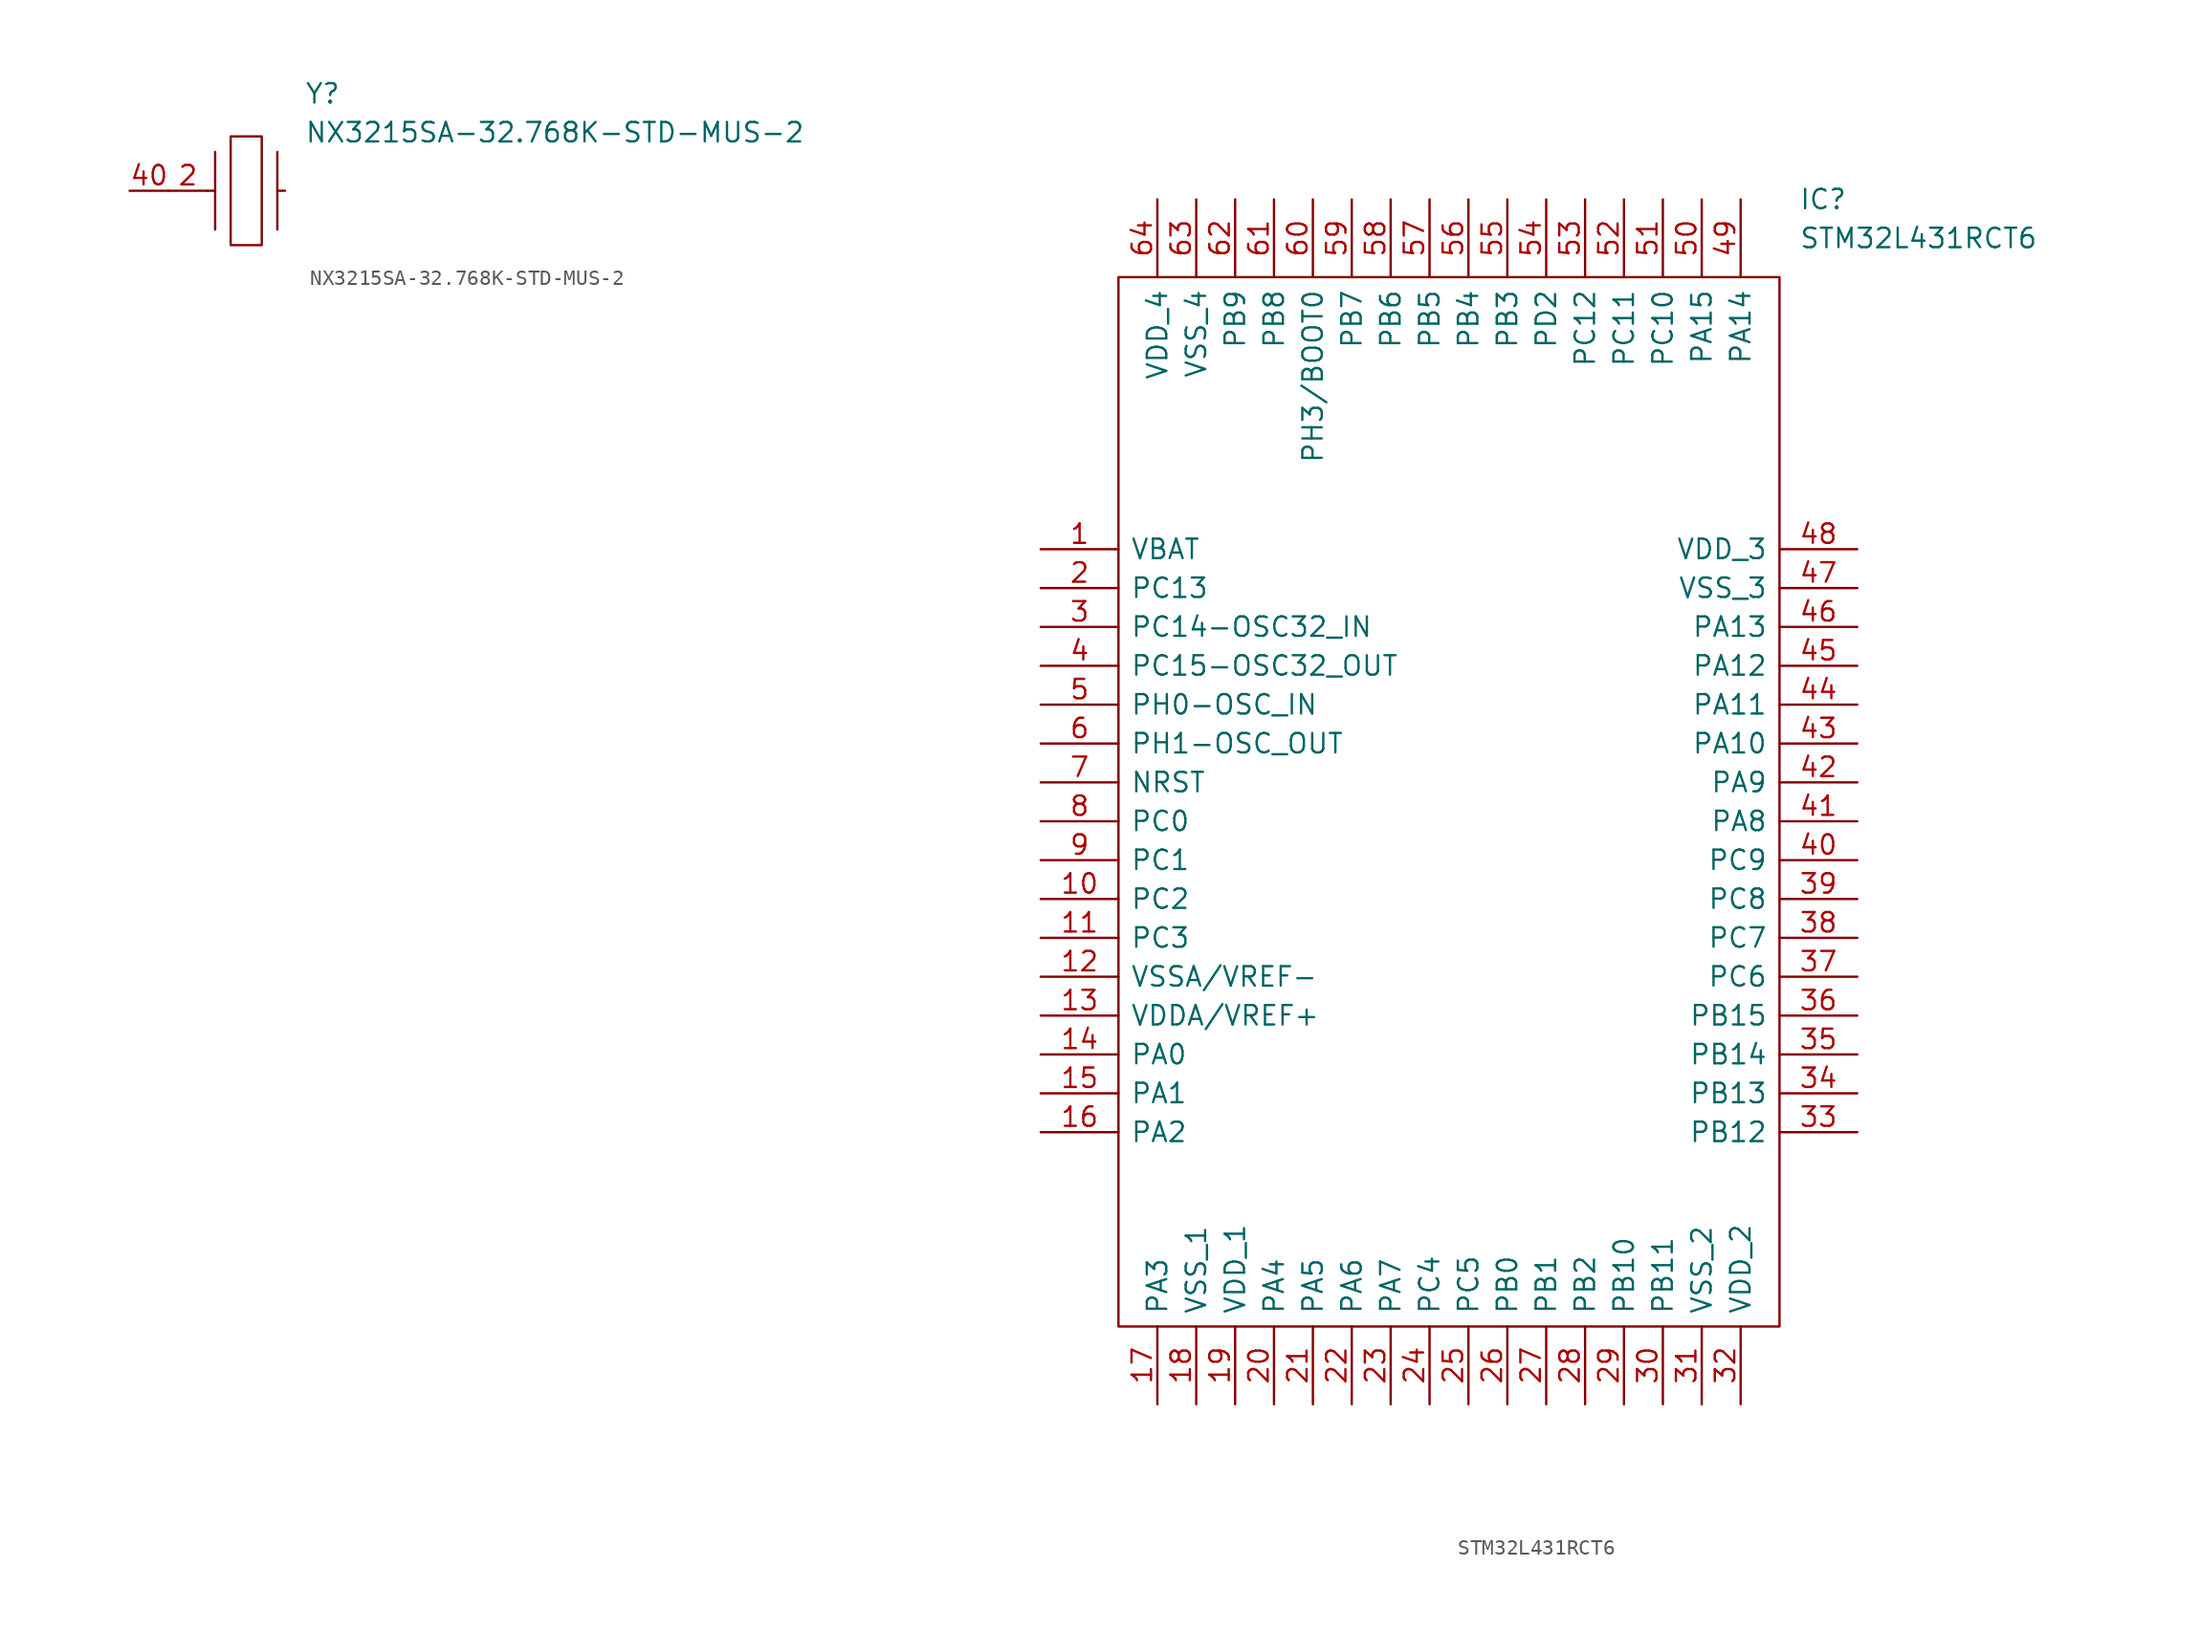
<source format=kicad_sym>
(kicad_symbol_lib
  (version 20211014)
  (generator kicad_symbol_editor)
  (symbol "NX3215SA-32.768K-STD-MUS-2"
    (pin_names
      (offset 0.762))
    (property "Reference" "Y"
      (at 8.89 6.35 0)
      (effects (font (size 1.27 1.27)) (justify left)))
    (property "Value" "NX3215SA-32.768K-STD-MUS-2"
      (at 8.89 3.81 0)
      (effects (font (size 1.27 1.27)) (justify left)))
    (symbol "NX3215SA-32.768K-STD-MUS-2_0_0"
      (pin passive line (at 0 0 0) (length 2.54) (name "~" (effects (font (size 1.27 1.27)))) (number "2" (effects (font (size 1.27 1.27)))))
      (pin passive line (at 0 0 180) (length 2.54) (name "~" (effects (font (size 1.27 1.27)))) (number "40" (effects (font (size 1.27 1.27))))))
    (symbol "NX3215SA-32.768K-STD-MUS-2_0_1"
      (polyline (pts (xy 3.048 0) (xy 2.54 0)) (stroke (width 0.152) (type default) (color 0 0 0 0)) (fill (type none)))
      (polyline (pts (xy 3.048 2.54) (xy 3.048 -2.54)) (stroke (width 0.152) (type default) (color 0 0 0 0)) (fill (type none)))
      (polyline (pts (xy 7.112 0) (xy 7.62 0)) (stroke (width 0.152) (type default) (color 0 0 0 0)) (fill (type none)))
      (polyline (pts (xy 7.112 2.54) (xy 7.112 -2.54)) (stroke (width 0.152) (type default) (color 0 0 0 0)) (fill (type none)))
      (polyline (pts (xy 4.064 3.556) (xy 4.064 -3.556) (xy 6.096 -3.556) (xy 6.096 3.556) (xy 4.064 3.556)) (stroke (width 0.152) (type default) (color 0 0 0 0)) (fill (type none)))))
  (symbol "STM32L431RCT6"
    (pin_names
      (offset 0.762))
    (property "Reference" "IC"
      (at 49.53 22.86 0)
      (effects (font (size 1.27 1.27)) (justify left)))
    (property "Value" "STM32L431RCT6"
      (at 49.53 20.32 0)
      (effects (font (size 1.27 1.27)) (justify left)))
    (symbol "STM32L431RCT6_0_0"
      (pin passive line (at 0 0 0) (length 5.08) (name "VBAT" (effects (font (size 1.27 1.27)))) (number "1" (effects (font (size 1.27 1.27)))))
      (pin passive line (at 0 -22.86 0) (length 5.08) (name "PC2" (effects (font (size 1.27 1.27)))) (number "10" (effects (font (size 1.27 1.27)))))
      (pin passive line (at 0 -25.4 0) (length 5.08) (name "PC3" (effects (font (size 1.27 1.27)))) (number "11" (effects (font (size 1.27 1.27)))))
      (pin passive line (at 0 -27.94 0) (length 5.08) (name "VSSA/VREF-" (effects (font (size 1.27 1.27)))) (number "12" (effects (font (size 1.27 1.27)))))
      (pin passive line (at 0 -30.48 0) (length 5.08) (name "VDDA/VREF+" (effects (font (size 1.27 1.27)))) (number "13" (effects (font (size 1.27 1.27)))))
      (pin passive line (at 0 -33.02 0) (length 5.08) (name "PA0" (effects (font (size 1.27 1.27)))) (number "14" (effects (font (size 1.27 1.27)))))
      (pin passive line (at 0 -35.56 0) (length 5.08) (name "PA1" (effects (font (size 1.27 1.27)))) (number "15" (effects (font (size 1.27 1.27)))))
      (pin passive line (at 0 -38.1 0) (length 5.08) (name "PA2" (effects (font (size 1.27 1.27)))) (number "16" (effects (font (size 1.27 1.27)))))
      (pin passive line (at 7.62 -55.88 90) (length 5.08) (name "PA3" (effects (font (size 1.27 1.27)))) (number "17" (effects (font (size 1.27 1.27)))))
      (pin passive line (at 10.16 -55.88 90) (length 5.08) (name "VSS_1" (effects (font (size 1.27 1.27)))) (number "18" (effects (font (size 1.27 1.27)))))
      (pin passive line (at 12.7 -55.88 90) (length 5.08) (name "VDD_1" (effects (font (size 1.27 1.27)))) (number "19" (effects (font (size 1.27 1.27)))))
      (pin passive line (at 0 -2.54 0) (length 5.08) (name "PC13" (effects (font (size 1.27 1.27)))) (number "2" (effects (font (size 1.27 1.27)))))
      (pin passive line (at 15.24 -55.88 90) (length 5.08) (name "PA4" (effects (font (size 1.27 1.27)))) (number "20" (effects (font (size 1.27 1.27)))))
      (pin passive line (at 17.78 -55.88 90) (length 5.08) (name "PA5" (effects (font (size 1.27 1.27)))) (number "21" (effects (font (size 1.27 1.27)))))
      (pin passive line (at 20.32 -55.88 90) (length 5.08) (name "PA6" (effects (font (size 1.27 1.27)))) (number "22" (effects (font (size 1.27 1.27)))))
      (pin passive line (at 22.86 -55.88 90) (length 5.08) (name "PA7" (effects (font (size 1.27 1.27)))) (number "23" (effects (font (size 1.27 1.27)))))
      (pin passive line (at 25.4 -55.88 90) (length 5.08) (name "PC4" (effects (font (size 1.27 1.27)))) (number "24" (effects (font (size 1.27 1.27)))))
      (pin passive line (at 27.94 -55.88 90) (length 5.08) (name "PC5" (effects (font (size 1.27 1.27)))) (number "25" (effects (font (size 1.27 1.27)))))
      (pin passive line (at 30.48 -55.88 90) (length 5.08) (name "PB0" (effects (font (size 1.27 1.27)))) (number "26" (effects (font (size 1.27 1.27)))))
      (pin passive line (at 33.02 -55.88 90) (length 5.08) (name "PB1" (effects (font (size 1.27 1.27)))) (number "27" (effects (font (size 1.27 1.27)))))
      (pin passive line (at 35.56 -55.88 90) (length 5.08) (name "PB2" (effects (font (size 1.27 1.27)))) (number "28" (effects (font (size 1.27 1.27)))))
      (pin passive line (at 38.1 -55.88 90) (length 5.08) (name "PB10" (effects (font (size 1.27 1.27)))) (number "29" (effects (font (size 1.27 1.27)))))
      (pin passive line (at 0 -5.08 0) (length 5.08) (name "PC14-OSC32_IN" (effects (font (size 1.27 1.27)))) (number "3" (effects (font (size 1.27 1.27)))))
      (pin passive line (at 40.64 -55.88 90) (length 5.08) (name "PB11" (effects (font (size 1.27 1.27)))) (number "30" (effects (font (size 1.27 1.27)))))
      (pin passive line (at 43.18 -55.88 90) (length 5.08) (name "VSS_2" (effects (font (size 1.27 1.27)))) (number "31" (effects (font (size 1.27 1.27)))))
      (pin passive line (at 45.72 -55.88 90) (length 5.08) (name "VDD_2" (effects (font (size 1.27 1.27)))) (number "32" (effects (font (size 1.27 1.27)))))
      (pin passive line (at 53.34 -38.1 180) (length 5.08) (name "PB12" (effects (font (size 1.27 1.27)))) (number "33" (effects (font (size 1.27 1.27)))))
      (pin passive line (at 53.34 -35.56 180) (length 5.08) (name "PB13" (effects (font (size 1.27 1.27)))) (number "34" (effects (font (size 1.27 1.27)))))
      (pin passive line (at 53.34 -33.02 180) (length 5.08) (name "PB14" (effects (font (size 1.27 1.27)))) (number "35" (effects (font (size 1.27 1.27)))))
      (pin passive line (at 53.34 -30.48 180) (length 5.08) (name "PB15" (effects (font (size 1.27 1.27)))) (number "36" (effects (font (size 1.27 1.27)))))
      (pin passive line (at 53.34 -27.94 180) (length 5.08) (name "PC6" (effects (font (size 1.27 1.27)))) (number "37" (effects (font (size 1.27 1.27)))))
      (pin passive line (at 53.34 -25.4 180) (length 5.08) (name "PC7" (effects (font (size 1.27 1.27)))) (number "38" (effects (font (size 1.27 1.27)))))
      (pin passive line (at 53.34 -22.86 180) (length 5.08) (name "PC8" (effects (font (size 1.27 1.27)))) (number "39" (effects (font (size 1.27 1.27)))))
      (pin passive line (at 0 -7.62 0) (length 5.08) (name "PC15-OSC32_OUT" (effects (font (size 1.27 1.27)))) (number "4" (effects (font (size 1.27 1.27)))))
      (pin passive line (at 53.34 -20.32 180) (length 5.08) (name "PC9" (effects (font (size 1.27 1.27)))) (number "40" (effects (font (size 1.27 1.27)))))
      (pin passive line (at 53.34 -17.78 180) (length 5.08) (name "PA8" (effects (font (size 1.27 1.27)))) (number "41" (effects (font (size 1.27 1.27)))))
      (pin passive line (at 53.34 -15.24 180) (length 5.08) (name "PA9" (effects (font (size 1.27 1.27)))) (number "42" (effects (font (size 1.27 1.27)))))
      (pin passive line (at 53.34 -12.7 180) (length 5.08) (name "PA10" (effects (font (size 1.27 1.27)))) (number "43" (effects (font (size 1.27 1.27)))))
      (pin passive line (at 53.34 -10.16 180) (length 5.08) (name "PA11" (effects (font (size 1.27 1.27)))) (number "44" (effects (font (size 1.27 1.27)))))
      (pin passive line (at 53.34 -7.62 180) (length 5.08) (name "PA12" (effects (font (size 1.27 1.27)))) (number "45" (effects (font (size 1.27 1.27)))))
      (pin passive line (at 53.34 -5.08 180) (length 5.08) (name "PA13" (effects (font (size 1.27 1.27)))) (number "46" (effects (font (size 1.27 1.27)))))
      (pin passive line (at 53.34 -2.54 180) (length 5.08) (name "VSS_3" (effects (font (size 1.27 1.27)))) (number "47" (effects (font (size 1.27 1.27)))))
      (pin passive line (at 53.34 0 180) (length 5.08) (name "VDD_3" (effects (font (size 1.27 1.27)))) (number "48" (effects (font (size 1.27 1.27)))))
      (pin passive line (at 45.72 22.86 270) (length 5.08) (name "PA14" (effects (font (size 1.27 1.27)))) (number "49" (effects (font (size 1.27 1.27)))))
      (pin passive line (at 0 -10.16 0) (length 5.08) (name "PH0-OSC_IN" (effects (font (size 1.27 1.27)))) (number "5" (effects (font (size 1.27 1.27)))))
      (pin passive line (at 43.18 22.86 270) (length 5.08) (name "PA15" (effects (font (size 1.27 1.27)))) (number "50" (effects (font (size 1.27 1.27)))))
      (pin passive line (at 40.64 22.86 270) (length 5.08) (name "PC10" (effects (font (size 1.27 1.27)))) (number "51" (effects (font (size 1.27 1.27)))))
      (pin passive line (at 38.1 22.86 270) (length 5.08) (name "PC11" (effects (font (size 1.27 1.27)))) (number "52" (effects (font (size 1.27 1.27)))))
      (pin passive line (at 35.56 22.86 270) (length 5.08) (name "PC12" (effects (font (size 1.27 1.27)))) (number "53" (effects (font (size 1.27 1.27)))))
      (pin passive line (at 33.02 22.86 270) (length 5.08) (name "PD2" (effects (font (size 1.27 1.27)))) (number "54" (effects (font (size 1.27 1.27)))))
      (pin passive line (at 30.48 22.86 270) (length 5.08) (name "PB3" (effects (font (size 1.27 1.27)))) (number "55" (effects (font (size 1.27 1.27)))))
      (pin passive line (at 27.94 22.86 270) (length 5.08) (name "PB4" (effects (font (size 1.27 1.27)))) (number "56" (effects (font (size 1.27 1.27)))))
      (pin passive line (at 25.4 22.86 270) (length 5.08) (name "PB5" (effects (font (size 1.27 1.27)))) (number "57" (effects (font (size 1.27 1.27)))))
      (pin passive line (at 22.86 22.86 270) (length 5.08) (name "PB6" (effects (font (size 1.27 1.27)))) (number "58" (effects (font (size 1.27 1.27)))))
      (pin passive line (at 20.32 22.86 270) (length 5.08) (name "PB7" (effects (font (size 1.27 1.27)))) (number "59" (effects (font (size 1.27 1.27)))))
      (pin passive line (at 0 -12.7 0) (length 5.08) (name "PH1-OSC_OUT" (effects (font (size 1.27 1.27)))) (number "6" (effects (font (size 1.27 1.27)))))
      (pin passive line (at 17.78 22.86 270) (length 5.08) (name "PH3/BOOT0" (effects (font (size 1.27 1.27)))) (number "60" (effects (font (size 1.27 1.27)))))
      (pin passive line (at 15.24 22.86 270) (length 5.08) (name "PB8" (effects (font (size 1.27 1.27)))) (number "61" (effects (font (size 1.27 1.27)))))
      (pin passive line (at 12.7 22.86 270) (length 5.08) (name "PB9" (effects (font (size 1.27 1.27)))) (number "62" (effects (font (size 1.27 1.27)))))
      (pin passive line (at 10.16 22.86 270) (length 5.08) (name "VSS_4" (effects (font (size 1.27 1.27)))) (number "63" (effects (font (size 1.27 1.27)))))
      (pin passive line (at 7.62 22.86 270) (length 5.08) (name "VDD_4" (effects (font (size 1.27 1.27)))) (number "64" (effects (font (size 1.27 1.27)))))
      (pin passive line (at 0 -15.24 0) (length 5.08) (name "NRST" (effects (font (size 1.27 1.27)))) (number "7" (effects (font (size 1.27 1.27)))))
      (pin passive line (at 0 -17.78 0) (length 5.08) (name "PC0" (effects (font (size 1.27 1.27)))) (number "8" (effects (font (size 1.27 1.27)))))
      (pin passive line (at 0 -20.32 0) (length 5.08) (name "PC1" (effects (font (size 1.27 1.27)))) (number "9" (effects (font (size 1.27 1.27))))))
    (symbol "STM32L431RCT6_0_1"
      (polyline (pts (xy 5.08 17.78) (xy 48.26 17.78) (xy 48.26 -50.8) (xy 5.08 -50.8) (xy 5.08 17.78)) (stroke (width 0.152) (type default) (color 0 0 0 0)) (fill (type none))))))
</source>
